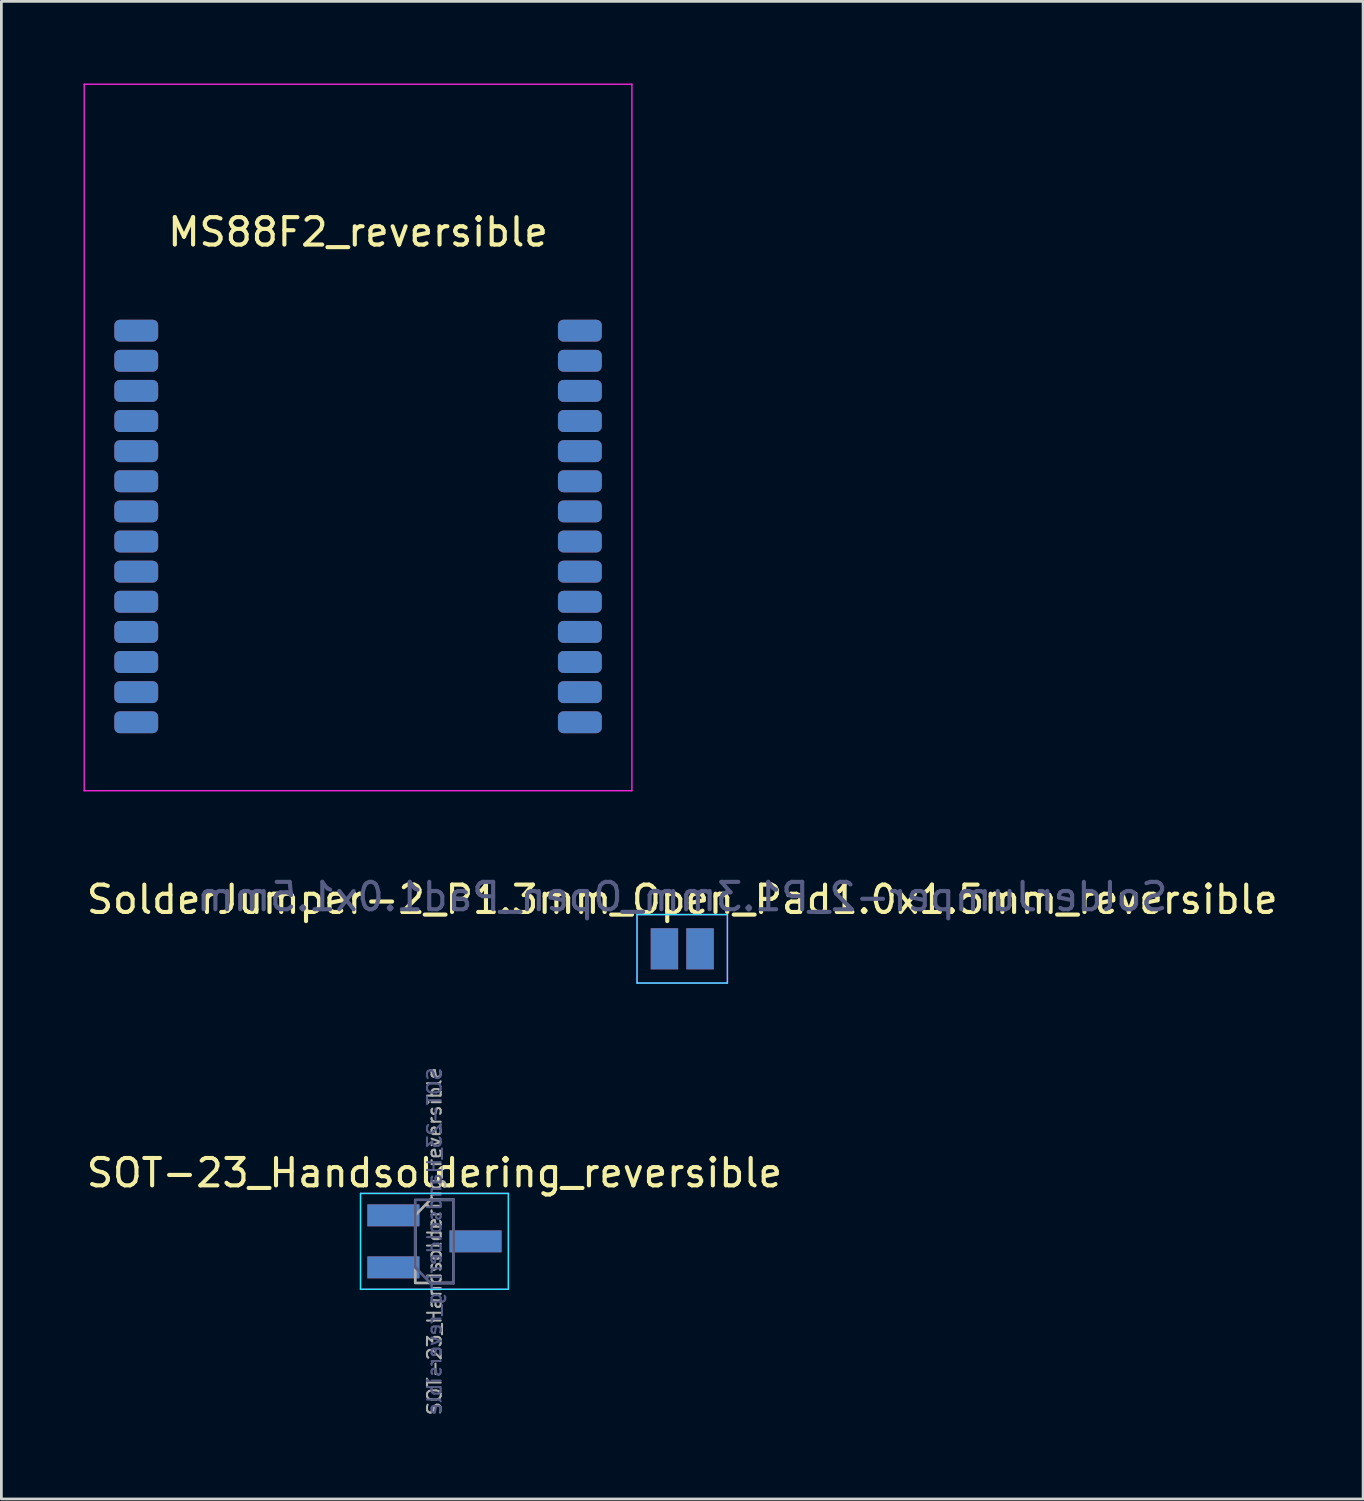
<source format=kicad_pcb>
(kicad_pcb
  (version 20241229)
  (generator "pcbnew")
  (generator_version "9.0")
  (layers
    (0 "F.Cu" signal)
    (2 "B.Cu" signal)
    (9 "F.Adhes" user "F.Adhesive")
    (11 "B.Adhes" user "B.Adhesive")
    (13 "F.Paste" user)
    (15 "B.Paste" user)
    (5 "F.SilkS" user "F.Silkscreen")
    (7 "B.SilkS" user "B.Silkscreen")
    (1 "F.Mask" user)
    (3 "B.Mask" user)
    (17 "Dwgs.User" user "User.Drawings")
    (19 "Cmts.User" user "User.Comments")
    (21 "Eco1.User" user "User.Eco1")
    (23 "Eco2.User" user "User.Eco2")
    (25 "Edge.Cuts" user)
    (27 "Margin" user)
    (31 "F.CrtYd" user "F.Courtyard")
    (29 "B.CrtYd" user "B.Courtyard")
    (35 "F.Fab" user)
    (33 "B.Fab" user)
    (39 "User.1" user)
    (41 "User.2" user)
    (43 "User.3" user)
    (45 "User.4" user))
  (footprint "SOT-23_Handsoldering_reversible"
    (layer "F.Cu")
    (at 12.815 42.281)
    (property "Reference" "SOT-23_Handsoldering_reversible" (at 0 -2.5 0) (layer "F.SilkS") (effects (font (size 1 1) (thickness 0.15))))
    (attr smd)
    (fp_line (start -2.7 -1.75) (end -2.7 1.75) (stroke (width 0.05) (type solid)) (layer "B.CrtYd"))
    (fp_line (start -2.7 1.75) (end 2.7 1.75) (stroke (width 0.05) (type solid)) (layer "B.CrtYd"))
    (fp_line (start 2.7 -1.75) (end -2.7 -1.75) (stroke (width 0.05) (type solid)) (layer "B.CrtYd"))
    (fp_line (start 2.7 1.75) (end 2.7 -1.75) (stroke (width 0.05) (type solid)) (layer "B.CrtYd"))
    (fp_line (start -2.7 -1.75) (end 2.7 -1.75) (stroke (width 0.05) (type solid)) (layer "F.CrtYd"))
    (fp_line (start -2.7 1.75) (end -2.7 -1.75) (stroke (width 0.05) (type solid)) (layer "F.CrtYd"))
    (fp_line (start 2.7 -1.75) (end 2.7 1.75) (stroke (width 0.05) (type solid)) (layer "F.CrtYd"))
    (fp_line (start 2.7 1.75) (end -2.7 1.75) (stroke (width 0.05) (type solid)) (layer "F.CrtYd"))
    (fp_line (start -0.7 -1.52) (end 0.7 -1.52) (stroke (width 0.1) (type solid)) (layer "B.Fab"))
    (fp_line (start -0.7 0.95) (end -0.7 -1.5) (stroke (width 0.1) (type solid)) (layer "B.Fab"))
    (fp_line (start -0.7 0.95) (end -0.15 1.52) (stroke (width 0.1) (type solid)) (layer "B.Fab"))
    (fp_line (start -0.15 1.52) (end 0.7 1.52) (stroke (width 0.1) (type solid)) (layer "B.Fab"))
    (fp_line (start 0.7 1.52) (end 0.7 -1.52) (stroke (width 0.1) (type solid)) (layer "B.Fab"))
    (fp_line (start -0.7 -0.95) (end -0.7 1.5) (stroke (width 0.1) (type solid)) (layer "F.Fab"))
    (fp_line (start -0.7 -0.95) (end -0.15 -1.52) (stroke (width 0.1) (type solid)) (layer "F.Fab"))
    (fp_line (start -0.7 1.52) (end 0.7 1.52) (stroke (width 0.1) (type solid)) (layer "F.Fab"))
    (fp_line (start -0.15 -1.52) (end 0.7 -1.52) (stroke (width 0.1) (type solid)) (layer "F.Fab"))
    (fp_line (start 0.7 -1.52) (end 0.7 1.52) (stroke (width 0.1) (type solid)) (layer "F.Fab"))
    (fp_text user "${REFERENCE}" (at 0 0 270) (layer "B.Fab") (effects (font (size 0.5 0.5) (thickness 0.075)) (justify mirror)))
    (fp_text user "${REFERENCE}" (at 0 0 90) (layer "F.Fab") (effects (font (size 0.5 0.5) (thickness 0.075))))
    (pad "1" smd rect (at -1.5 -0.95) (size 1.9 0.8) (layers "F.Cu" "F.Mask" "F.Paste"))
    (pad "1" smd rect (at -1.5 0.95) (size 1.9 0.8) (layers "B.Cu" "B.Mask" "B.Paste"))
    (pad "2" smd rect (at -1.5 -0.95) (size 1.9 0.8) (layers "B.Cu" "B.Mask" "B.Paste"))
    (pad "2" smd rect (at -1.5 0.95) (size 1.9 0.8) (layers "F.Cu" "F.Mask" "F.Paste"))
    (pad "3" smd rect (at 1.5 0) (size 1.9 0.8) (layers "F.Cu" "F.Mask" "F.Paste"))
    (pad "3" smd rect (at 1.5 0) (size 1.9 0.8) (layers "B.Cu" "B.Mask" "B.Paste")))
  (footprint "MS88F2_reversible"
    (layer "F.Cu")
    (at 10.025 12.925)
    (property "Reference" "MS88F2_reversible" (at 0 -7.5 0) (layer "F.SilkS") (effects (font (size 1 1) (thickness 0.15))))
    (attr through_hole)
    (fp_line (start -9 -11.62) (end -9 -5.81) (stroke (width 0.12) (type solid)) (layer "Eco1.User"))
    (fp_line (start -9 -5.81) (end 9 -5.81) (stroke (width 0.12) (type solid)) (layer "Eco1.User"))
    (fp_line (start 9 -11.62) (end -9 -11.62) (stroke (width 0.12) (type solid)) (layer "Eco1.User"))
    (fp_line (start 9 -5.81) (end 9 -11.62) (stroke (width 0.12) (type solid)) (layer "Eco1.User"))
    (fp_line (start -8.7 -11.6) (end -8.7 11.6) (stroke (width 0.12) (type solid)) (layer "Eco2.User"))
    (fp_line (start -8.7 11.6) (end 8.7 11.6) (stroke (width 0.12) (type solid)) (layer "Eco2.User"))
    (fp_line (start 8.7 -11.6) (end -8.7 -11.6) (stroke (width 0.12) (type solid)) (layer "Eco2.User"))
    (fp_line (start 8.7 11.6) (end 8.7 -11.6) (stroke (width 0.12) (type solid)) (layer "Eco2.User"))
    (fp_line (start -10 -12.9) (end -10 12.9) (stroke (width 0.05) (type solid)) (layer "F.CrtYd"))
    (fp_line (start -10 12.9) (end 10 12.9) (stroke (width 0.05) (type solid)) (layer "F.CrtYd"))
    (fp_line (start 10 -12.9) (end -10 -12.9) (stroke (width 0.05) (type solid)) (layer "F.CrtYd"))
    (fp_line (start 10 12.9) (end 10 -12.9) (stroke (width 0.05) (type solid)) (layer "F.CrtYd"))
    (pad "1" smd roundrect (at -8.1 -3.9 180) (size 1.6 0.8) (layers "F.Cu" "F.Mask" "F.Paste") (roundrect_rratio 0.25))
    (pad "1" smd roundrect (at 8.1 -3.9) (size 1.6 0.8) (layers "B.Cu" "B.Mask" "B.Paste") (roundrect_rratio 0.25))
    (pad "2" smd roundrect (at -8.1 -2.8 180) (size 1.6 0.8) (layers "F.Cu" "F.Mask" "F.Paste") (roundrect_rratio 0.25))
    (pad "2" smd roundrect (at 8.1 -2.8) (size 1.6 0.8) (layers "B.Cu" "B.Mask" "B.Paste") (roundrect_rratio 0.25))
    (pad "3" smd roundrect (at -8.1 -1.7 180) (size 1.6 0.8) (layers "F.Cu" "F.Mask" "F.Paste") (roundrect_rratio 0.25))
    (pad "3" smd roundrect (at 8.1 -1.7) (size 1.6 0.8) (layers "B.Cu" "B.Mask" "B.Paste") (roundrect_rratio 0.25))
    (pad "4" smd roundrect (at -8.1 -0.6 180) (size 1.6 0.8) (layers "F.Cu" "F.Mask" "F.Paste") (roundrect_rratio 0.25))
    (pad "4" smd roundrect (at 8.1 -0.6) (size 1.6 0.8) (layers "B.Cu" "B.Mask" "B.Paste") (roundrect_rratio 0.25))
    (pad "5" smd roundrect (at -8.1 0.5 180) (size 1.6 0.8) (layers "F.Cu" "F.Mask" "F.Paste") (roundrect_rratio 0.25))
    (pad "5" smd roundrect (at 8.1 0.5) (size 1.6 0.8) (layers "B.Cu" "B.Mask" "B.Paste") (roundrect_rratio 0.25))
    (pad "6" smd roundrect (at -8.1 1.6 180) (size 1.6 0.8) (layers "F.Cu" "F.Mask" "F.Paste") (roundrect_rratio 0.25))
    (pad "6" smd roundrect (at 8.1 1.6) (size 1.6 0.8) (layers "B.Cu" "B.Mask" "B.Paste") (roundrect_rratio 0.25))
    (pad "7" smd roundrect (at -8.1 2.7 180) (size 1.6 0.8) (layers "F.Cu" "F.Mask" "F.Paste") (roundrect_rratio 0.25))
    (pad "7" smd roundrect (at 8.1 2.7) (size 1.6 0.8) (layers "B.Cu" "B.Mask" "B.Paste") (roundrect_rratio 0.25))
    (pad "8" smd roundrect (at -8.1 3.8 180) (size 1.6 0.8) (layers "F.Cu" "F.Mask" "F.Paste") (roundrect_rratio 0.25))
    (pad "8" smd roundrect (at 8.1 3.8) (size 1.6 0.8) (layers "B.Cu" "B.Mask" "B.Paste") (roundrect_rratio 0.25))
    (pad "9" smd roundrect (at -8.1 4.9 180) (size 1.6 0.8) (layers "F.Cu" "F.Mask" "F.Paste") (roundrect_rratio 0.25))
    (pad "9" smd roundrect (at 8.1 4.9) (size 1.6 0.8) (layers "B.Cu" "B.Mask" "B.Paste") (roundrect_rratio 0.25))
    (pad "10" smd roundrect (at -8.1 6 180) (size 1.6 0.8) (layers "F.Cu" "F.Mask" "F.Paste") (roundrect_rratio 0.25))
    (pad "10" smd roundrect (at 8.1 6) (size 1.6 0.8) (layers "B.Cu" "B.Mask" "B.Paste") (roundrect_rratio 0.25))
    (pad "11" smd roundrect (at -8.1 7.1 180) (size 1.6 0.8) (layers "F.Cu" "F.Mask" "F.Paste") (roundrect_rratio 0.25))
    (pad "11" smd roundrect (at 8.1 7.1) (size 1.6 0.8) (layers "B.Cu" "B.Mask" "B.Paste") (roundrect_rratio 0.25))
    (pad "12" smd roundrect (at -8.1 8.2 180) (size 1.6 0.8) (layers "F.Cu" "F.Mask" "F.Paste") (roundrect_rratio 0.25))
    (pad "12" smd roundrect (at 8.1 8.2) (size 1.6 0.8) (layers "B.Cu" "B.Mask" "B.Paste") (roundrect_rratio 0.25))
    (pad "13" smd roundrect (at -8.1 9.3 180) (size 1.6 0.8) (layers "F.Cu" "F.Mask" "F.Paste") (roundrect_rratio 0.25))
    (pad "13" smd roundrect (at 8.1 9.3) (size 1.6 0.8) (layers "B.Cu" "B.Mask" "B.Paste") (roundrect_rratio 0.25))
    (pad "14" smd roundrect (at -8.1 10.4 180) (size 1.6 0.8) (layers "F.Cu" "F.Mask" "F.Paste") (roundrect_rratio 0.25))
    (pad "14" smd roundrect (at 8.1 10.4) (size 1.6 0.8) (layers "B.Cu" "B.Mask" "B.Paste") (roundrect_rratio 0.25))
    (pad "15" smd roundrect (at -8.1 10.4 180) (size 1.6 0.8) (layers "B.Cu" "B.Mask" "B.Paste") (roundrect_rratio 0.25))
    (pad "15" smd roundrect (at 8.1 10.4) (size 1.6 0.8) (layers "F.Cu" "F.Mask" "F.Paste") (roundrect_rratio 0.25))
    (pad "16" smd roundrect (at -8.1 9.3 180) (size 1.6 0.8) (layers "B.Cu" "B.Mask" "B.Paste") (roundrect_rratio 0.25))
    (pad "16" smd roundrect (at 8.1 9.3) (size 1.6 0.8) (layers "F.Cu" "F.Mask" "F.Paste") (roundrect_rratio 0.25))
    (pad "17" smd roundrect (at -8.1 8.2 180) (size 1.6 0.8) (layers "B.Cu" "B.Mask" "B.Paste") (roundrect_rratio 0.25))
    (pad "17" smd roundrect (at 8.1 8.2) (size 1.6 0.8) (layers "F.Cu" "F.Mask" "F.Paste") (roundrect_rratio 0.25))
    (pad "18" smd roundrect (at -8.1 7.1 180) (size 1.6 0.8) (layers "B.Cu" "B.Mask" "B.Paste") (roundrect_rratio 0.25))
    (pad "18" smd roundrect (at 8.1 7.1) (size 1.6 0.8) (layers "F.Cu" "F.Mask" "F.Paste") (roundrect_rratio 0.25))
    (pad "19" smd roundrect (at -8.1 6 180) (size 1.6 0.8) (layers "B.Cu" "B.Mask" "B.Paste") (roundrect_rratio 0.25))
    (pad "19" smd roundrect (at 8.1 6) (size 1.6 0.8) (layers "F.Cu" "F.Mask" "F.Paste") (roundrect_rratio 0.25))
    (pad "20" smd roundrect (at -8.1 4.9 180) (size 1.6 0.8) (layers "B.Cu" "B.Mask" "B.Paste") (roundrect_rratio 0.25))
    (pad "20" smd roundrect (at 8.1 4.9) (size 1.6 0.8) (layers "F.Cu" "F.Mask" "F.Paste") (roundrect_rratio 0.25))
    (pad "21" smd roundrect (at -8.1 3.8 180) (size 1.6 0.8) (layers "B.Cu" "B.Mask" "B.Paste") (roundrect_rratio 0.25))
    (pad "21" smd roundrect (at 8.1 3.8) (size 1.6 0.8) (layers "F.Cu" "F.Mask" "F.Paste") (roundrect_rratio 0.25))
    (pad "22" smd roundrect (at -8.1 2.7 180) (size 1.6 0.8) (layers "B.Cu" "B.Mask" "B.Paste") (roundrect_rratio 0.25))
    (pad "22" smd roundrect (at 8.1 2.7) (size 1.6 0.8) (layers "F.Cu" "F.Mask" "F.Paste") (roundrect_rratio 0.25))
    (pad "23" smd roundrect (at -8.1 1.6 180) (size 1.6 0.8) (layers "B.Cu" "B.Mask" "B.Paste") (roundrect_rratio 0.25))
    (pad "23" smd roundrect (at 8.1 1.6) (size 1.6 0.8) (layers "F.Cu" "F.Mask" "F.Paste") (roundrect_rratio 0.25))
    (pad "24" smd roundrect (at -8.1 0.5 180) (size 1.6 0.8) (layers "B.Cu" "B.Mask" "B.Paste") (roundrect_rratio 0.25))
    (pad "24" smd roundrect (at 8.1 0.5) (size 1.6 0.8) (layers "F.Cu" "F.Mask" "F.Paste") (roundrect_rratio 0.25))
    (pad "25" smd roundrect (at -8.1 -0.6 180) (size 1.6 0.8) (layers "B.Cu" "B.Mask" "B.Paste") (roundrect_rratio 0.25))
    (pad "25" smd roundrect (at 8.1 -0.6) (size 1.6 0.8) (layers "F.Cu" "F.Mask" "F.Paste") (roundrect_rratio 0.25))
    (pad "26" smd roundrect (at -8.1 -1.7 180) (size 1.6 0.8) (layers "B.Cu" "B.Mask" "B.Paste") (roundrect_rratio 0.25))
    (pad "26" smd roundrect (at 8.1 -1.7) (size 1.6 0.8) (layers "F.Cu" "F.Mask" "F.Paste") (roundrect_rratio 0.25))
    (pad "27" smd roundrect (at -8.1 -2.8 180) (size 1.6 0.8) (layers "B.Cu" "B.Mask" "B.Paste") (roundrect_rratio 0.25))
    (pad "27" smd roundrect (at 8.1 -2.8) (size 1.6 0.8) (layers "F.Cu" "F.Mask" "F.Paste") (roundrect_rratio 0.25))
    (pad "28" smd roundrect (at -8.1 -3.9 180) (size 1.6 0.8) (layers "B.Cu" "B.Mask" "B.Paste") (roundrect_rratio 0.25))
    (pad "28" smd roundrect (at 8.1 -3.9) (size 1.6 0.8) (layers "F.Cu" "F.Mask" "F.Paste") (roundrect_rratio 0.25)))
  (footprint "SolderJumper-2_P1.3mm_Open_Pad1.0x1.5mm_reversible"
    (layer "F.Cu")
    (at 21.863 31.598)
    (property "Reference" "SolderJumper-2_P1.3mm_Open_Pad1.0x1.5mm_reversible" (at 0 -1.8 0) (layer "F.SilkS") (effects (font (size 1 1) (thickness 0.15))))
    (attr exclude_from_pos_files exclude_from_bom)
    (fp_line (start -1.65 1.25) (end -1.65 -1.25) (stroke (width 0.05) (type solid)) (layer "B.CrtYd"))
    (fp_line (start -1.65 1.25) (end 1.65 1.25) (stroke (width 0.05) (type solid)) (layer "B.CrtYd"))
    (fp_line (start 1.65 -1.25) (end -1.65 -1.25) (stroke (width 0.05) (type solid)) (layer "B.CrtYd"))
    (fp_line (start 1.65 -1.25) (end 1.65 1.25) (stroke (width 0.05) (type solid)) (layer "B.CrtYd"))
    (fp_line (start -1.65 -1.25) (end -1.65 1.25) (stroke (width 0.05) (type solid)) (layer "F.CrtYd"))
    (fp_line (start -1.65 -1.25) (end 1.65 -1.25) (stroke (width 0.05) (type solid)) (layer "F.CrtYd"))
    (fp_line (start 1.65 1.25) (end -1.65 1.25) (stroke (width 0.05) (type solid)) (layer "F.CrtYd"))
    (fp_line (start 1.65 1.25) (end 1.65 -1.25) (stroke (width 0.05) (type solid)) (layer "F.CrtYd"))
    (fp_text user "SolderJumper-2_P1.3mm_Open_Pad1.0x1.5mm" (at 0 -1.9 0) (layer "B.Fab") (effects (font (size 1 1) (thickness 0.15)) (justify mirror)))
    (pad "1" smd rect (at -0.65 0) (size 1 1.5) (layers "F.Cu" "F.Mask"))
    (pad "1" smd rect (at -0.65 0) (size 1 1.5) (layers "B.Cu" "B.Mask"))
    (pad "2" smd rect (at 0.65 0) (size 1 1.5) (layers "F.Cu" "F.Mask"))
    (pad "2" smd rect (at 0.65 0) (size 1 1.5) (layers "B.Cu" "B.Mask")))
  (gr_rect
    (start -3 -3)
    (end 46.726 51.689)
    (stroke (width 0.1) (type default))
    (fill no)
    (layer "Edge.Cuts")))
</source>
